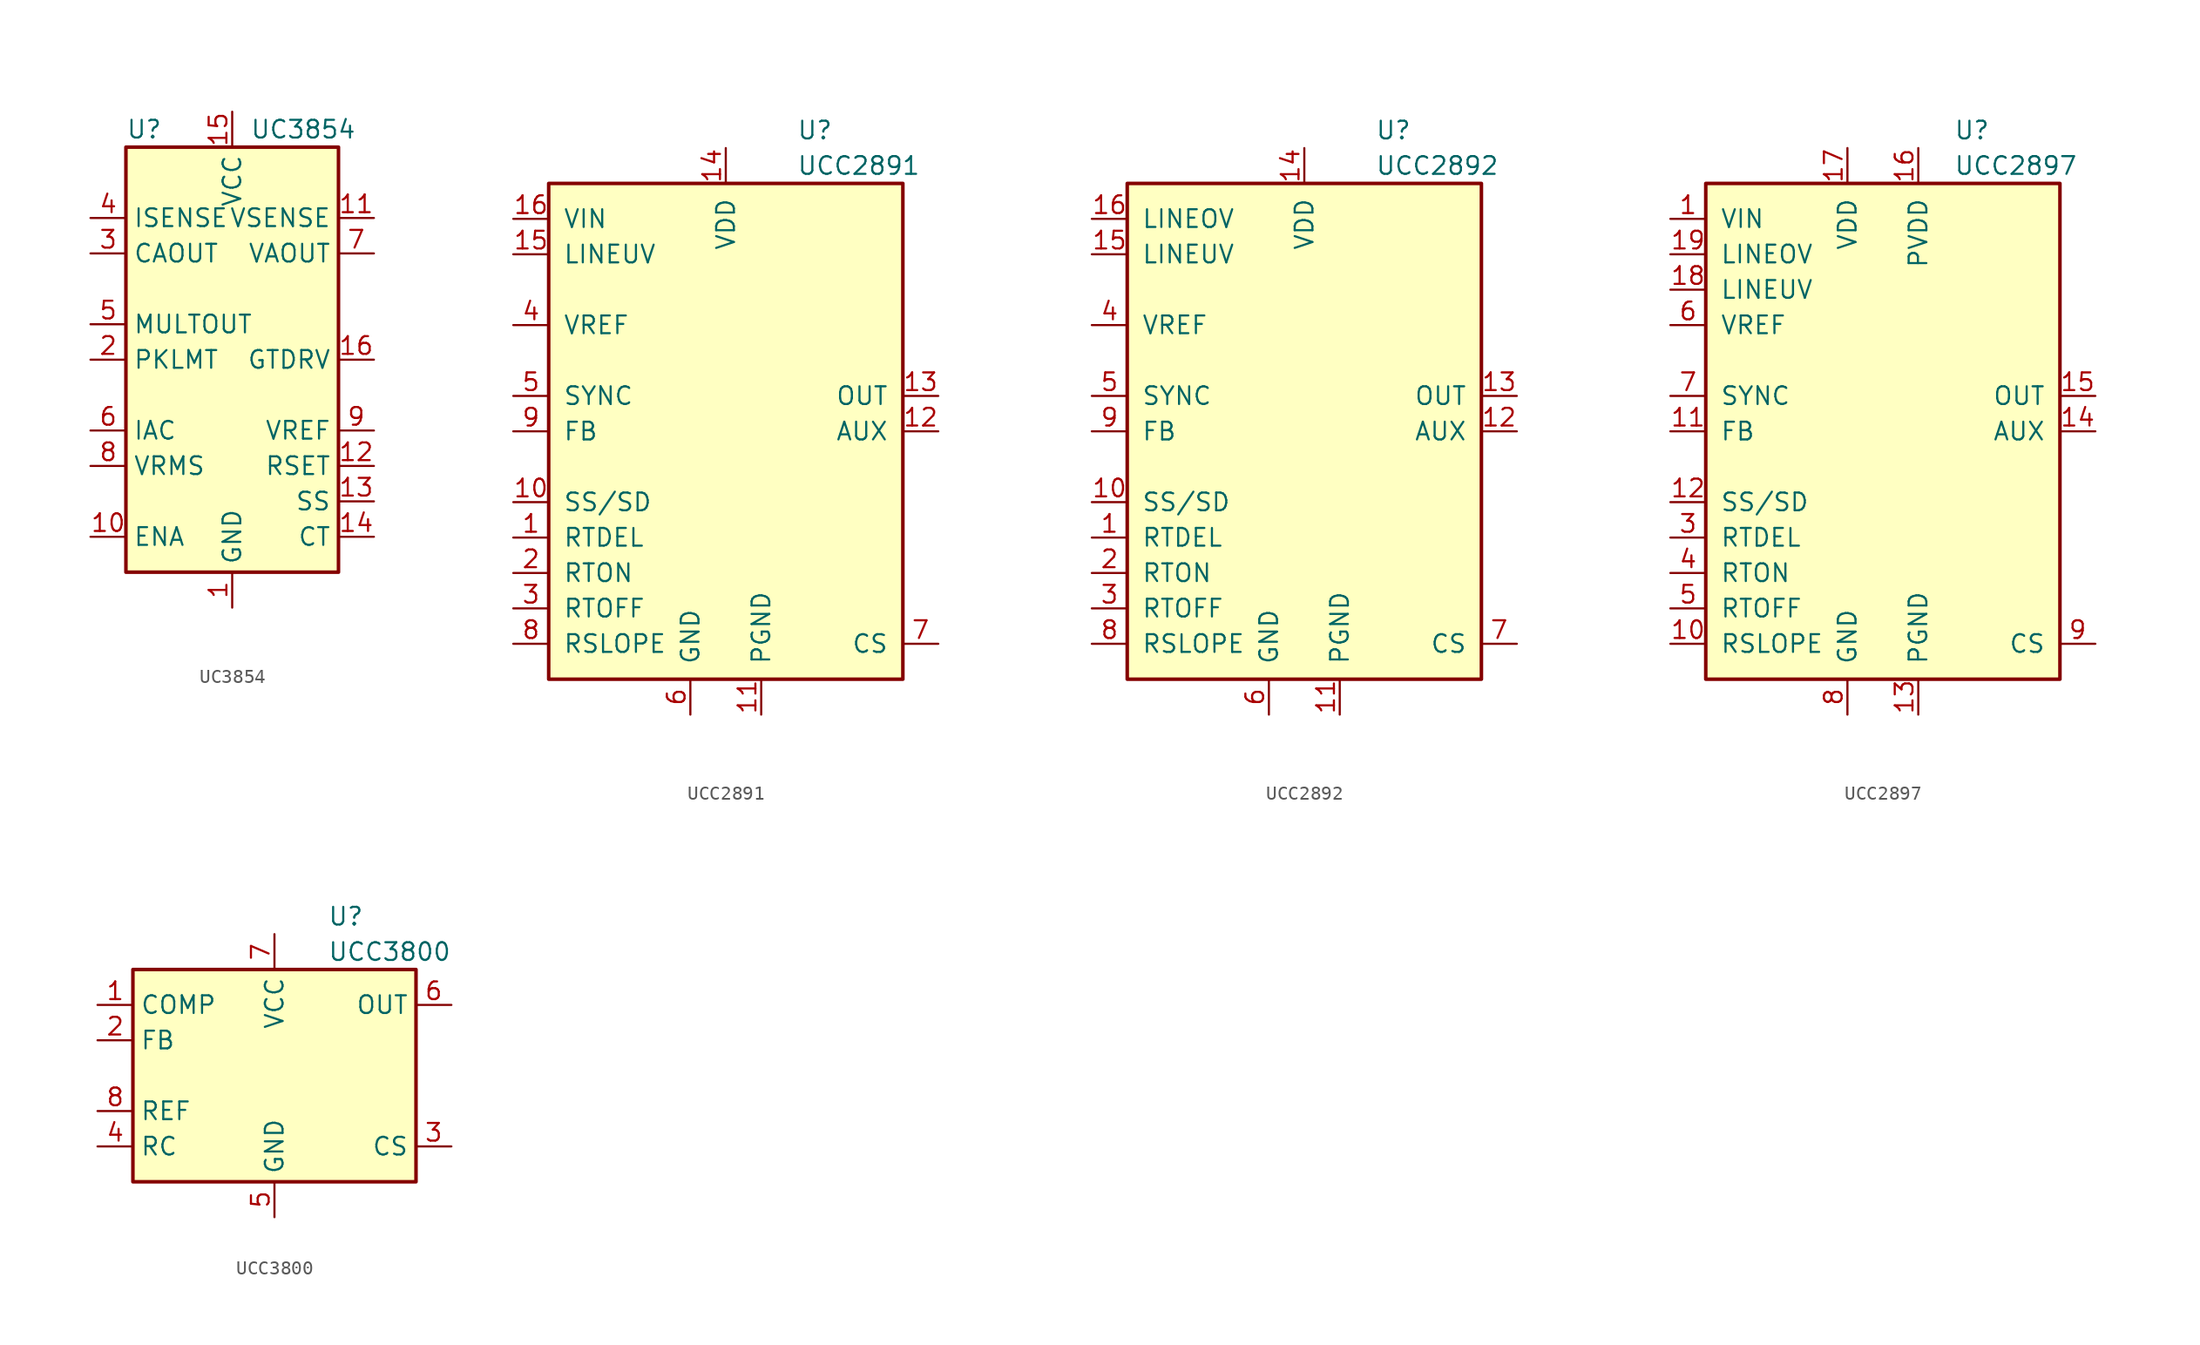
<source format=kicad_sym>
(kicad_symbol_lib
  (version 20200908)
  (generator kicad_symbol_editor)
  (symbol "Regulator_Controller:UC3854"
    (property "Reference" "U"
      (at -7.62 16.51 0)
      (effects (font (size 1.27 1.27)) (justify left)))
    (property "Value" "UC3854"
      (at 1.27 16.51 0)
      (effects (font (size 1.27 1.27)) (justify left)))
    (symbol "UC3854_0_0"
      (rectangle (start -7.62 15.24) (end 7.62 -15.24) (stroke (width 0.254)) (fill (type background))))
    (symbol "UC3854_1_1"
      (pin power_in line (at 0 -17.78 90) (length 2.54) (name "GND" (effects (font (size 1.27 1.27)))) (number "1" (effects (font (size 1.27 1.27)))))
      (pin input line (at -10.16 -12.7 0) (length 2.54) (name "ENA" (effects (font (size 1.27 1.27)))) (number "10" (effects (font (size 1.27 1.27)))))
      (pin input line (at 10.16 10.16 180) (length 2.54) (name "VSENSE" (effects (font (size 1.27 1.27)))) (number "11" (effects (font (size 1.27 1.27)))))
      (pin passive line (at 10.16 -7.62 180) (length 2.54) (name "RSET" (effects (font (size 1.27 1.27)))) (number "12" (effects (font (size 1.27 1.27)))))
      (pin passive line (at 10.16 -10.16 180) (length 2.54) (name "SS" (effects (font (size 1.27 1.27)))) (number "13" (effects (font (size 1.27 1.27)))))
      (pin passive line (at 10.16 -12.7 180) (length 2.54) (name "CT" (effects (font (size 1.27 1.27)))) (number "14" (effects (font (size 1.27 1.27)))))
      (pin power_in line (at 0 17.78 270) (length 2.54) (name "VCC" (effects (font (size 1.27 1.27)))) (number "15" (effects (font (size 1.27 1.27)))))
      (pin output line (at 10.16 0 180) (length 2.54) (name "GTDRV" (effects (font (size 1.27 1.27)))) (number "16" (effects (font (size 1.27 1.27)))))
      (pin input line (at -10.16 0 0) (length 2.54) (name "PKLMT" (effects (font (size 1.27 1.27)))) (number "2" (effects (font (size 1.27 1.27)))))
      (pin output line (at -10.16 7.62 0) (length 2.54) (name "CAOUT" (effects (font (size 1.27 1.27)))) (number "3" (effects (font (size 1.27 1.27)))))
      (pin input line (at -10.16 10.16 0) (length 2.54) (name "ISENSE" (effects (font (size 1.27 1.27)))) (number "4" (effects (font (size 1.27 1.27)))))
      (pin passive line (at -10.16 2.54 0) (length 2.54) (name "MULTOUT" (effects (font (size 1.27 1.27)))) (number "5" (effects (font (size 1.27 1.27)))))
      (pin input line (at -10.16 -5.08 0) (length 2.54) (name "IAC" (effects (font (size 1.27 1.27)))) (number "6" (effects (font (size 1.27 1.27)))))
      (pin output line (at 10.16 7.62 180) (length 2.54) (name "VAOUT" (effects (font (size 1.27 1.27)))) (number "7" (effects (font (size 1.27 1.27)))))
      (pin input line (at -10.16 -7.62 0) (length 2.54) (name "VRMS" (effects (font (size 1.27 1.27)))) (number "8" (effects (font (size 1.27 1.27)))))
      (pin output line (at 10.16 -5.08 180) (length 2.54) (name "VREF" (effects (font (size 1.27 1.27)))) (number "9" (effects (font (size 1.27 1.27)))))))
  (symbol "Regulator_Controller:UCC2891"
    (pin_names
      (offset 1.016))
    (property "Reference" "U"
      (at 5.08 21.59 0)
      (effects (font (size 1.27 1.27)) (justify left)))
    (property "Value" "UCC2891"
      (at 5.08 19.05 0)
      (effects (font (size 1.27 1.27)) (justify left)))
    (symbol "UCC2891_0_1"
      (rectangle (start -12.7 -17.78) (end 12.7 17.78) (stroke (width 0.254)) (fill (type background))))
    (symbol "UCC2891_1_1"
      (pin passive line (at -15.24 -7.62 0) (length 2.54) (name "RTDEL" (effects (font (size 1.27 1.27)))) (number "1" (effects (font (size 1.27 1.27)))))
      (pin passive line (at -15.24 -5.08 0) (length 2.54) (name "SS/SD" (effects (font (size 1.27 1.27)))) (number "10" (effects (font (size 1.27 1.27)))))
      (pin power_in line (at 2.54 -20.32 90) (length 2.54) (name "PGND" (effects (font (size 1.27 1.27)))) (number "11" (effects (font (size 1.27 1.27)))))
      (pin output line (at 15.24 0 180) (length 2.54) (name "AUX" (effects (font (size 1.27 1.27)))) (number "12" (effects (font (size 1.27 1.27)))))
      (pin output line (at 15.24 2.54 180) (length 2.54) (name "OUT" (effects (font (size 1.27 1.27)))) (number "13" (effects (font (size 1.27 1.27)))))
      (pin power_in line (at 0 20.32 270) (length 2.54) (name "VDD" (effects (font (size 1.27 1.27)))) (number "14" (effects (font (size 1.27 1.27)))))
      (pin passive line (at -15.24 12.7 0) (length 2.54) (name "LINEUV" (effects (font (size 1.27 1.27)))) (number "15" (effects (font (size 1.27 1.27)))))
      (pin input line (at -15.24 15.24 0) (length 2.54) (name "VIN" (effects (font (size 1.27 1.27)))) (number "16" (effects (font (size 1.27 1.27)))))
      (pin passive line (at -15.24 -10.16 0) (length 2.54) (name "RTON" (effects (font (size 1.27 1.27)))) (number "2" (effects (font (size 1.27 1.27)))))
      (pin passive line (at -15.24 -12.7 0) (length 2.54) (name "RTOFF" (effects (font (size 1.27 1.27)))) (number "3" (effects (font (size 1.27 1.27)))))
      (pin output line (at -15.24 7.62 0) (length 2.54) (name "VREF" (effects (font (size 1.27 1.27)))) (number "4" (effects (font (size 1.27 1.27)))))
      (pin input line (at -15.24 2.54 0) (length 2.54) (name "SYNC" (effects (font (size 1.27 1.27)))) (number "5" (effects (font (size 1.27 1.27)))))
      (pin power_in line (at -2.54 -20.32 90) (length 2.54) (name "GND" (effects (font (size 1.27 1.27)))) (number "6" (effects (font (size 1.27 1.27)))))
      (pin input line (at 15.24 -15.24 180) (length 2.54) (name "CS" (effects (font (size 1.27 1.27)))) (number "7" (effects (font (size 1.27 1.27)))))
      (pin passive line (at -15.24 -15.24 0) (length 2.54) (name "RSLOPE" (effects (font (size 1.27 1.27)))) (number "8" (effects (font (size 1.27 1.27)))))
      (pin input line (at -15.24 0 0) (length 2.54) (name "FB" (effects (font (size 1.27 1.27)))) (number "9" (effects (font (size 1.27 1.27)))))))
  (symbol "Regulator_Controller:UCC2892"
    (pin_names
      (offset 1.016))
    (property "Reference" "U"
      (at 5.08 21.59 0)
      (effects (font (size 1.27 1.27)) (justify left)))
    (property "Value" "UCC2892"
      (at 5.08 19.05 0)
      (effects (font (size 1.27 1.27)) (justify left)))
    (symbol "UCC2892_0_1"
      (rectangle (start -12.7 -17.78) (end 12.7 17.78) (stroke (width 0.254)) (fill (type background))))
    (symbol "UCC2892_1_1"
      (pin passive line (at -15.24 -7.62 0) (length 2.54) (name "RTDEL" (effects (font (size 1.27 1.27)))) (number "1" (effects (font (size 1.27 1.27)))))
      (pin passive line (at -15.24 -5.08 0) (length 2.54) (name "SS/SD" (effects (font (size 1.27 1.27)))) (number "10" (effects (font (size 1.27 1.27)))))
      (pin power_in line (at 2.54 -20.32 90) (length 2.54) (name "PGND" (effects (font (size 1.27 1.27)))) (number "11" (effects (font (size 1.27 1.27)))))
      (pin output line (at 15.24 0 180) (length 2.54) (name "AUX" (effects (font (size 1.27 1.27)))) (number "12" (effects (font (size 1.27 1.27)))))
      (pin output line (at 15.24 2.54 180) (length 2.54) (name "OUT" (effects (font (size 1.27 1.27)))) (number "13" (effects (font (size 1.27 1.27)))))
      (pin power_in line (at 0 20.32 270) (length 2.54) (name "VDD" (effects (font (size 1.27 1.27)))) (number "14" (effects (font (size 1.27 1.27)))))
      (pin passive line (at -15.24 12.7 0) (length 2.54) (name "LINEUV" (effects (font (size 1.27 1.27)))) (number "15" (effects (font (size 1.27 1.27)))))
      (pin passive line (at -15.24 15.24 0) (length 2.54) (name "LINEOV" (effects (font (size 1.27 1.27)))) (number "16" (effects (font (size 1.27 1.27)))))
      (pin passive line (at -15.24 -10.16 0) (length 2.54) (name "RTON" (effects (font (size 1.27 1.27)))) (number "2" (effects (font (size 1.27 1.27)))))
      (pin passive line (at -15.24 -12.7 0) (length 2.54) (name "RTOFF" (effects (font (size 1.27 1.27)))) (number "3" (effects (font (size 1.27 1.27)))))
      (pin output line (at -15.24 7.62 0) (length 2.54) (name "VREF" (effects (font (size 1.27 1.27)))) (number "4" (effects (font (size 1.27 1.27)))))
      (pin input line (at -15.24 2.54 0) (length 2.54) (name "SYNC" (effects (font (size 1.27 1.27)))) (number "5" (effects (font (size 1.27 1.27)))))
      (pin power_in line (at -2.54 -20.32 90) (length 2.54) (name "GND" (effects (font (size 1.27 1.27)))) (number "6" (effects (font (size 1.27 1.27)))))
      (pin input line (at 15.24 -15.24 180) (length 2.54) (name "CS" (effects (font (size 1.27 1.27)))) (number "7" (effects (font (size 1.27 1.27)))))
      (pin passive line (at -15.24 -15.24 0) (length 2.54) (name "RSLOPE" (effects (font (size 1.27 1.27)))) (number "8" (effects (font (size 1.27 1.27)))))
      (pin input line (at -15.24 0 0) (length 2.54) (name "FB" (effects (font (size 1.27 1.27)))) (number "9" (effects (font (size 1.27 1.27)))))))
  (symbol "Regulator_Controller:UCC2897"
    (pin_names
      (offset 1.016))
    (property "Reference" "U"
      (at 5.08 21.59 0)
      (effects (font (size 1.27 1.27)) (justify left)))
    (property "Value" "UCC2897"
      (at 5.08 19.05 0)
      (effects (font (size 1.27 1.27)) (justify left)))
    (symbol "UCC2897_0_1"
      (rectangle (start -12.7 -17.78) (end 12.7 17.78) (stroke (width 0.254)) (fill (type background))))
    (symbol "UCC2897_1_1"
      (pin input line (at -15.24 15.24 0) (length 2.54) (name "VIN" (effects (font (size 1.27 1.27)))) (number "1" (effects (font (size 1.27 1.27)))))
      (pin passive line (at -15.24 -15.24 0) (length 2.54) (name "RSLOPE" (effects (font (size 1.27 1.27)))) (number "10" (effects (font (size 1.27 1.27)))))
      (pin input line (at -15.24 0 0) (length 2.54) (name "FB" (effects (font (size 1.27 1.27)))) (number "11" (effects (font (size 1.27 1.27)))))
      (pin passive line (at -15.24 -5.08 0) (length 2.54) (name "SS/SD" (effects (font (size 1.27 1.27)))) (number "12" (effects (font (size 1.27 1.27)))))
      (pin power_in line (at 2.54 -20.32 90) (length 2.54) (name "PGND" (effects (font (size 1.27 1.27)))) (number "13" (effects (font (size 1.27 1.27)))))
      (pin output line (at 15.24 0 180) (length 2.54) (name "AUX" (effects (font (size 1.27 1.27)))) (number "14" (effects (font (size 1.27 1.27)))))
      (pin output line (at 15.24 2.54 180) (length 2.54) (name "OUT" (effects (font (size 1.27 1.27)))) (number "15" (effects (font (size 1.27 1.27)))))
      (pin power_in line (at 2.54 20.32 270) (length 2.54) (name "PVDD" (effects (font (size 1.27 1.27)))) (number "16" (effects (font (size 1.27 1.27)))))
      (pin power_in line (at -2.54 20.32 270) (length 2.54) (name "VDD" (effects (font (size 1.27 1.27)))) (number "17" (effects (font (size 1.27 1.27)))))
      (pin passive line (at -15.24 10.16 0) (length 2.54) (name "LINEUV" (effects (font (size 1.27 1.27)))) (number "18" (effects (font (size 1.27 1.27)))))
      (pin passive line (at -15.24 12.7 0) (length 2.54) (name "LINEOV" (effects (font (size 1.27 1.27)))) (number "19" (effects (font (size 1.27 1.27)))))
      (pin unconnected line (at 15.24 15.24 180) (length 2.54) hide (name "N/C" (effects (font (size 1.27 1.27)))) (number "2" (effects (font (size 1.27 1.27)))))
      (pin unconnected line (at 15.24 12.7 180) (length 2.54) hide (name "N/C" (effects (font (size 1.27 1.27)))) (number "20" (effects (font (size 1.27 1.27)))))
      (pin passive line (at -15.24 -7.62 0) (length 2.54) (name "RTDEL" (effects (font (size 1.27 1.27)))) (number "3" (effects (font (size 1.27 1.27)))))
      (pin passive line (at -15.24 -10.16 0) (length 2.54) (name "RTON" (effects (font (size 1.27 1.27)))) (number "4" (effects (font (size 1.27 1.27)))))
      (pin passive line (at -15.24 -12.7 0) (length 2.54) (name "RTOFF" (effects (font (size 1.27 1.27)))) (number "5" (effects (font (size 1.27 1.27)))))
      (pin output line (at -15.24 7.62 0) (length 2.54) (name "VREF" (effects (font (size 1.27 1.27)))) (number "6" (effects (font (size 1.27 1.27)))))
      (pin input line (at -15.24 2.54 0) (length 2.54) (name "SYNC" (effects (font (size 1.27 1.27)))) (number "7" (effects (font (size 1.27 1.27)))))
      (pin power_in line (at -2.54 -20.32 90) (length 2.54) (name "GND" (effects (font (size 1.27 1.27)))) (number "8" (effects (font (size 1.27 1.27)))))
      (pin input line (at 15.24 -15.24 180) (length 2.54) (name "CS" (effects (font (size 1.27 1.27)))) (number "9" (effects (font (size 1.27 1.27)))))))
  (symbol "Regulator_Controller:UCC3800"
    (property "Reference" "U"
      (at 3.81 11.43 0)
      (effects (font (size 1.27 1.27)) (justify left)))
    (property "Value" "UCC3800"
      (at 3.81 8.89 0)
      (effects (font (size 1.27 1.27)) (justify left)))
    (symbol "UCC3800_0_1"
      (rectangle (start -10.16 -7.62) (end 10.16 7.62) (stroke (width 0.254)) (fill (type background))))
    (symbol "UCC3800_1_1"
      (pin passive line (at -12.7 5.08 0) (length 2.54) (name "COMP" (effects (font (size 1.27 1.27)))) (number "1" (effects (font (size 1.27 1.27)))))
      (pin input line (at -12.7 2.54 0) (length 2.54) (name "FB" (effects (font (size 1.27 1.27)))) (number "2" (effects (font (size 1.27 1.27)))))
      (pin input line (at 12.7 -5.08 180) (length 2.54) (name "CS" (effects (font (size 1.27 1.27)))) (number "3" (effects (font (size 1.27 1.27)))))
      (pin passive line (at -12.7 -5.08 0) (length 2.54) (name "RC" (effects (font (size 1.27 1.27)))) (number "4" (effects (font (size 1.27 1.27)))))
      (pin power_in line (at 0 -10.16 90) (length 2.54) (name "GND" (effects (font (size 1.27 1.27)))) (number "5" (effects (font (size 1.27 1.27)))))
      (pin output line (at 12.7 5.08 180) (length 2.54) (name "OUT" (effects (font (size 1.27 1.27)))) (number "6" (effects (font (size 1.27 1.27)))))
      (pin power_in line (at 0 10.16 270) (length 2.54) (name "VCC" (effects (font (size 1.27 1.27)))) (number "7" (effects (font (size 1.27 1.27)))))
      (pin power_in line (at -12.7 -2.54 0) (length 2.54) (name "REF" (effects (font (size 1.27 1.27)))) (number "8" (effects (font (size 1.27 1.27))))))))
</source>
